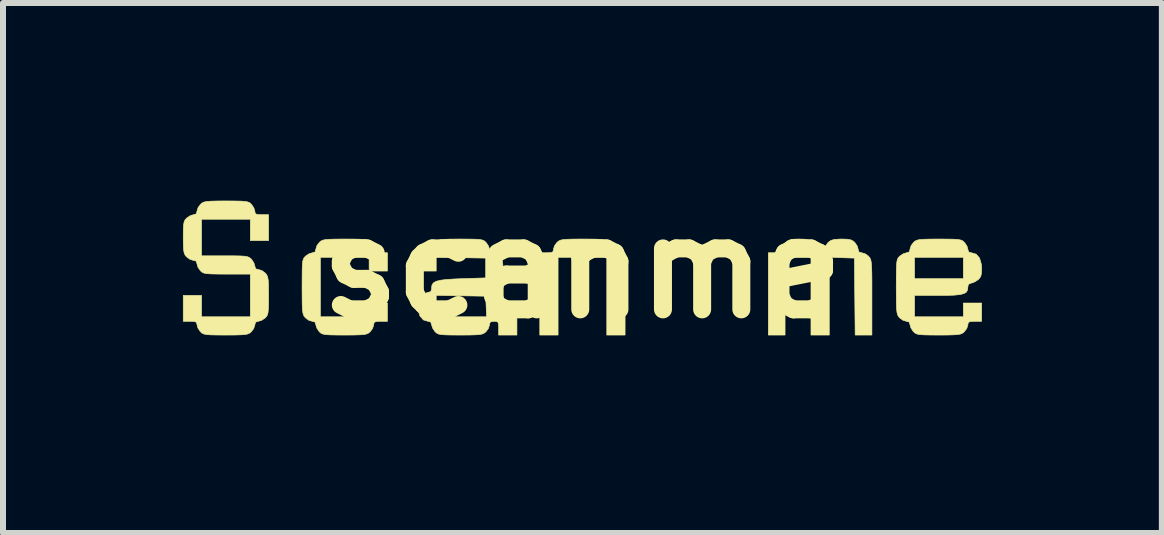
<source format=kicad_pcb>
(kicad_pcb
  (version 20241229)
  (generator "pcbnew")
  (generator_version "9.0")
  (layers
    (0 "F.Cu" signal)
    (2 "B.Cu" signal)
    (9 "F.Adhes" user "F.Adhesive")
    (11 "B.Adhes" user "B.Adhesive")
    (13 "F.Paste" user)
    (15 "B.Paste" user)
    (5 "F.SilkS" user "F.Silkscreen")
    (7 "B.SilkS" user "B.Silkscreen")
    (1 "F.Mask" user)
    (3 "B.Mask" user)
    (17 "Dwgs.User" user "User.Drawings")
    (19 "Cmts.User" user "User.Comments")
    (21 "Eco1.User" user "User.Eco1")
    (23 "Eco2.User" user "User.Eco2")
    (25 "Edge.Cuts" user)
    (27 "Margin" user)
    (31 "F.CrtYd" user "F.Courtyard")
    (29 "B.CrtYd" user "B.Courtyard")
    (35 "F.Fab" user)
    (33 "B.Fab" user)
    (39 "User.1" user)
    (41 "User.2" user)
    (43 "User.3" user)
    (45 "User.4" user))
  (footprint "scanme"
    (layer "F.Cu")
    (at 6.66 1.418)
    (property "Reference" "scanme" (at 0 0 0) (layer "F.SilkS") (effects (font (size 1.524 1.524) (thickness 0.3))))
    (attr through_hole)
    (fp_poly (pts (xy 0.148 -0.482) (xy 0.251 -0.48) (xy 0.32 -0.475) (xy 0.366 -0.466) (xy 0.396 -0.452) (xy 0.42 -0.431) (xy 0.427 -0.424) (xy 0.467 -0.365) (xy 0.483 -0.31) (xy 0.497 -0.266) (xy 0.542 -0.254) (xy 0.601 -0.236) (xy 0.656 -0.195) (xy 0.673 -0.175) (xy 0.686 -0.152) (xy 0.696 -0.119) (xy 0.703 -0.07) (xy 0.707 0.002) (xy 0.71 0.103) (xy 0.711 0.24) (xy 0.711 0.419) (xy 0.711 0.491) (xy 0.711 1.118) (xy 0.406 1.118) (xy 0.406 -0.178) (xy -0.406 -0.178) (xy -0.406 1.118) (xy -0.711 1.118) (xy -0.711 -0.254) (xy -0.597 -0.254) (xy -0.526 -0.257) (xy -0.493 -0.27) (xy -0.483 -0.3) (xy -0.483 -0.313) (xy -0.465 -0.372) (xy -0.424 -0.427) (xy -0.397 -0.449) (xy -0.366 -0.464) (xy -0.321 -0.474) (xy -0.253 -0.479) (xy -0.153 -0.482) (xy -0.012 -0.483) (xy 0.004 -0.483) (xy 0.148 -0.482)) (stroke (width 0.01) (type solid)) (fill yes) (layer "F.SilkS"))
    (fp_poly (pts (xy 4.417 -0.48) (xy 4.478 -0.468) (xy 4.521 -0.444) (xy 4.542 -0.424) (xy 4.582 -0.365) (xy 4.597 -0.31) (xy 4.611 -0.266) (xy 4.656 -0.254) (xy 4.716 -0.236) (xy 4.771 -0.195) (xy 4.788 -0.175) (xy 4.801 -0.152) (xy 4.811 -0.119) (xy 4.818 -0.07) (xy 4.822 0.002) (xy 4.825 0.103) (xy 4.826 0.24) (xy 4.826 0.419) (xy 4.826 0.491) (xy 4.826 1.118) (xy 4.547 1.118) (xy 4.534 -0.165) (xy 4.324 -0.172) (xy 4.115 -0.18) (xy 4.115 1.118) (xy 3.81 1.118) (xy 3.81 -0.178) (xy 3.378 -0.178) (xy 3.378 1.118) (xy 3.099 1.118) (xy 3.099 -0.254) (xy 3.2 -0.254) (xy 3.268 -0.259) (xy 3.297 -0.277) (xy 3.302 -0.3) (xy 3.319 -0.347) (xy 3.362 -0.403) (xy 3.373 -0.414) (xy 3.419 -0.452) (xy 3.469 -0.473) (xy 3.539 -0.481) (xy 3.61 -0.483) (xy 3.706 -0.48) (xy 3.767 -0.468) (xy 3.81 -0.444) (xy 3.831 -0.424) (xy 3.871 -0.365) (xy 3.886 -0.31) (xy 3.896 -0.269) (xy 3.937 -0.255) (xy 3.962 -0.254) (xy 4.017 -0.261) (xy 4.037 -0.29) (xy 4.039 -0.313) (xy 4.057 -0.372) (xy 4.097 -0.427) (xy 4.141 -0.459) (xy 4.198 -0.476) (xy 4.284 -0.482) (xy 4.322 -0.483) (xy 4.417 -0.48)) (stroke (width 0.01) (type solid)) (fill yes) (layer "F.SilkS"))
    (fp_poly (pts (xy -3.814 -0.482) (xy -3.712 -0.48) (xy -3.642 -0.475) (xy -3.597 -0.466) (xy -3.566 -0.452) (xy -3.542 -0.431) (xy -3.535 -0.424) (xy -3.495 -0.365) (xy -3.48 -0.31) (xy -3.474 -0.275) (xy -3.446 -0.259) (xy -3.384 -0.254) (xy -3.365 -0.254) (xy -3.251 -0.254) (xy -3.251 0.051) (xy -3.556 0.051) (xy -3.556 -0.178) (xy -4.369 -0.178) (xy -4.369 0.813) (xy -3.556 0.813) (xy -3.556 0.584) (xy -3.251 0.584) (xy -3.251 0.889) (xy -3.365 0.889) (xy -3.436 0.892) (xy -3.47 0.905) (xy -3.479 0.935) (xy -3.48 0.948) (xy -3.498 1.007) (xy -3.539 1.062) (xy -3.565 1.084) (xy -3.596 1.099) (xy -3.641 1.109) (xy -3.709 1.114) (xy -3.809 1.117) (xy -3.95 1.118) (xy -3.966 1.118) (xy -4.11 1.117) (xy -4.213 1.115) (xy -4.283 1.11) (xy -4.328 1.101) (xy -4.359 1.087) (xy -4.383 1.066) (xy -4.39 1.059) (xy -4.429 1) (xy -4.445 0.945) (xy -4.459 0.901) (xy -4.504 0.889) (xy -4.563 0.871) (xy -4.618 0.83) (xy -4.638 0.807) (xy -4.652 0.779) (xy -4.662 0.739) (xy -4.669 0.68) (xy -4.672 0.593) (xy -4.673 0.471) (xy -4.674 0.314) (xy -4.673 0.151) (xy -4.672 0.031) (xy -4.669 -0.054) (xy -4.663 -0.111) (xy -4.653 -0.149) (xy -4.638 -0.174) (xy -4.618 -0.196) (xy -4.615 -0.199) (xy -4.556 -0.238) (xy -4.501 -0.254) (xy -4.457 -0.268) (xy -4.445 -0.313) (xy -4.427 -0.372) (xy -4.386 -0.427) (xy -4.36 -0.449) (xy -4.329 -0.464) (xy -4.283 -0.474) (xy -4.215 -0.479) (xy -4.115 -0.482) (xy -3.974 -0.483) (xy -3.959 -0.483) (xy -3.814 -0.482)) (stroke (width 0.01) (type solid)) (fill yes) (layer "F.SilkS"))
    (fp_poly (pts (xy 6.092 -0.482) (xy 6.194 -0.48) (xy 6.264 -0.475) (xy 6.309 -0.466) (xy 6.34 -0.452) (xy 6.364 -0.431) (xy 6.371 -0.424) (xy 6.411 -0.365) (xy 6.426 -0.31) (xy 6.44 -0.266) (xy 6.485 -0.254) (xy 6.564 -0.231) (xy 6.62 -0.167) (xy 6.65 -0.065) (xy 6.655 0.006) (xy 6.652 0.093) (xy 6.638 0.147) (xy 6.607 0.186) (xy 6.588 0.201) (xy 6.527 0.238) (xy 6.475 0.254) (xy 6.474 0.254) (xy 6.435 0.272) (xy 6.426 0.314) (xy 6.421 0.364) (xy 6.402 0.401) (xy 6.361 0.426) (xy 6.294 0.443) (xy 6.193 0.453) (xy 6.051 0.457) (xy 5.935 0.457) (xy 5.537 0.457) (xy 5.537 0.813) (xy 6.35 0.813) (xy 6.35 0.584) (xy 6.655 0.584) (xy 6.655 0.889) (xy 6.54 0.889) (xy 6.47 0.892) (xy 6.436 0.905) (xy 6.427 0.935) (xy 6.426 0.948) (xy 6.408 1.007) (xy 6.367 1.062) (xy 6.341 1.084) (xy 6.31 1.099) (xy 6.265 1.109) (xy 6.197 1.114) (xy 6.097 1.117) (xy 5.956 1.118) (xy 5.94 1.118) (xy 5.796 1.117) (xy 5.693 1.115) (xy 5.623 1.11) (xy 5.578 1.101) (xy 5.547 1.087) (xy 5.523 1.066) (xy 5.516 1.059) (xy 5.477 1) (xy 5.461 0.945) (xy 5.447 0.901) (xy 5.402 0.889) (xy 5.343 0.871) (xy 5.288 0.83) (xy 5.268 0.807) (xy 5.254 0.779) (xy 5.244 0.739) (xy 5.237 0.68) (xy 5.234 0.593) (xy 5.233 0.471) (xy 5.232 0.314) (xy 5.233 0.151) (xy 5.234 0.031) (xy 5.237 -0.054) (xy 5.243 -0.111) (xy 5.253 -0.149) (xy 5.268 -0.174) (xy 5.271 -0.178) (xy 5.537 -0.178) (xy 5.537 0.178) (xy 6.35 0.178) (xy 6.35 -0.178) (xy 5.537 -0.178) (xy 5.271 -0.178) (xy 5.288 -0.196) (xy 5.291 -0.199) (xy 5.35 -0.238) (xy 5.405 -0.254) (xy 5.449 -0.268) (xy 5.461 -0.313) (xy 5.479 -0.372) (xy 5.52 -0.427) (xy 5.546 -0.449) (xy 5.577 -0.464) (xy 5.623 -0.474) (xy 5.691 -0.479) (xy 5.791 -0.482) (xy 5.932 -0.483) (xy 5.947 -0.483) (xy 6.092 -0.482)) (stroke (width 0.01) (type solid)) (fill yes) (layer "F.SilkS"))
    (fp_poly (pts (xy -1.884 -0.482) (xy -1.781 -0.48) (xy -1.712 -0.475) (xy -1.666 -0.466) (xy -1.636 -0.452) (xy -1.612 -0.431) (xy -1.605 -0.424) (xy -1.565 -0.365) (xy -1.549 -0.31) (xy -1.535 -0.266) (xy -1.49 -0.254) (xy -1.431 -0.236) (xy -1.376 -0.195) (xy -1.357 -0.172) (xy -1.342 -0.145) (xy -1.333 -0.106) (xy -1.326 -0.048) (xy -1.323 0.037) (xy -1.321 0.157) (xy -1.321 0.319) (xy -1.321 0.338) (xy -1.321 0.813) (xy -1.092 0.813) (xy -1.092 1.118) (xy -1.397 1.118) (xy -1.397 1.003) (xy -1.399 0.933) (xy -1.412 0.9) (xy -1.444 0.89) (xy -1.473 0.889) (xy -1.528 0.896) (xy -1.548 0.925) (xy -1.549 0.948) (xy -1.567 1.007) (xy -1.608 1.062) (xy -1.635 1.084) (xy -1.666 1.099) (xy -1.711 1.109) (xy -1.779 1.114) (xy -1.879 1.117) (xy -2.02 1.118) (xy -2.036 1.118) (xy -2.18 1.117) (xy -2.283 1.115) (xy -2.352 1.11) (xy -2.398 1.101) (xy -2.428 1.087) (xy -2.452 1.066) (xy -2.459 1.059) (xy -2.499 1) (xy -2.515 0.945) (xy -2.529 0.901) (xy -2.574 0.889) (xy -2.651 0.866) (xy -2.698 0.813) (xy -2.438 0.813) (xy -1.598 0.813) (xy -1.605 0.641) (xy -1.613 0.47) (xy -2.026 0.463) (xy -2.438 0.456) (xy -2.438 0.813) (xy -2.698 0.813) (xy -2.708 0.802) (xy -2.739 0.705) (xy -2.743 0.644) (xy -2.737 0.555) (xy -2.714 0.496) (xy -2.684 0.462) (xy -2.625 0.422) (xy -2.57 0.406) (xy -2.529 0.395) (xy -2.515 0.352) (xy -2.515 0.336) (xy -2.509 0.287) (xy -2.487 0.25) (xy -2.443 0.223) (xy -2.37 0.204) (xy -2.263 0.191) (xy -2.115 0.182) (xy -2.007 0.178) (xy -1.613 0.165) (xy -1.613 -0.165) (xy -2.026 -0.172) (xy -2.438 -0.179) (xy -2.438 0.051) (xy -2.743 0.051) (xy -2.743 -0.254) (xy -2.629 -0.254) (xy -2.558 -0.257) (xy -2.525 -0.27) (xy -2.515 -0.3) (xy -2.515 -0.313) (xy -2.497 -0.372) (xy -2.456 -0.427) (xy -2.429 -0.449) (xy -2.398 -0.464) (xy -2.353 -0.474) (xy -2.285 -0.479) (xy -2.185 -0.482) (xy -2.044 -0.483) (xy -2.028 -0.483) (xy -1.884 -0.482)) (stroke (width 0.01) (type solid)) (fill yes) (layer "F.SilkS"))
    (fp_poly (pts (xy -5.796 -1.117) (xy -5.693 -1.115) (xy -5.623 -1.11) (xy -5.578 -1.101) (xy -5.547 -1.087) (xy -5.523 -1.066) (xy -5.516 -1.059) (xy -5.477 -1) (xy -5.461 -0.945) (xy -5.455 -0.91) (xy -5.427 -0.894) (xy -5.365 -0.889) (xy -5.347 -0.889) (xy -5.232 -0.889) (xy -5.232 -0.457) (xy -5.537 -0.457) (xy -5.537 -0.813) (xy -6.35 -0.813) (xy -6.35 -0.203) (xy -5.961 -0.203) (xy -5.812 -0.203) (xy -5.705 -0.201) (xy -5.632 -0.197) (xy -5.584 -0.188) (xy -5.552 -0.175) (xy -5.528 -0.156) (xy -5.516 -0.144) (xy -5.477 -0.085) (xy -5.461 -0.03) (xy -5.447 0.014) (xy -5.402 0.025) (xy -5.343 0.043) (xy -5.288 0.084) (xy -5.264 0.113) (xy -5.249 0.147) (xy -5.239 0.197) (xy -5.234 0.272) (xy -5.233 0.383) (xy -5.232 0.461) (xy -5.233 0.594) (xy -5.236 0.686) (xy -5.242 0.747) (xy -5.254 0.787) (xy -5.273 0.815) (xy -5.291 0.834) (xy -5.35 0.873) (xy -5.405 0.889) (xy -5.449 0.903) (xy -5.461 0.948) (xy -5.479 1.007) (xy -5.52 1.062) (xy -5.546 1.084) (xy -5.577 1.099) (xy -5.623 1.109) (xy -5.691 1.114) (xy -5.791 1.117) (xy -5.932 1.118) (xy -5.947 1.118) (xy -6.092 1.117) (xy -6.194 1.115) (xy -6.264 1.11) (xy -6.309 1.101) (xy -6.34 1.087) (xy -6.364 1.066) (xy -6.371 1.059) (xy -6.411 1) (xy -6.426 0.945) (xy -6.432 0.91) (xy -6.46 0.894) (xy -6.522 0.889) (xy -6.54 0.889) (xy -6.655 0.889) (xy -6.655 0.457) (xy -6.35 0.457) (xy -6.35 0.813) (xy -5.537 0.813) (xy -5.537 0.102) (xy -5.926 0.102) (xy -6.075 0.101) (xy -6.182 0.099) (xy -6.255 0.095) (xy -6.303 0.087) (xy -6.335 0.074) (xy -6.359 0.055) (xy -6.371 0.043) (xy -6.411 -0.016) (xy -6.426 -0.071) (xy -6.44 -0.115) (xy -6.485 -0.127) (xy -6.544 -0.145) (xy -6.6 -0.186) (xy -6.625 -0.217) (xy -6.641 -0.256) (xy -6.65 -0.312) (xy -6.654 -0.397) (xy -6.655 -0.512) (xy -6.654 -0.633) (xy -6.65 -0.714) (xy -6.641 -0.766) (xy -6.625 -0.802) (xy -6.6 -0.83) (xy -6.596 -0.834) (xy -6.537 -0.873) (xy -6.482 -0.889) (xy -6.438 -0.903) (xy -6.426 -0.948) (xy -6.408 -1.007) (xy -6.367 -1.062) (xy -6.341 -1.084) (xy -6.31 -1.099) (xy -6.265 -1.109) (xy -6.197 -1.114) (xy -6.097 -1.117) (xy -5.956 -1.118) (xy -5.94 -1.118) (xy -5.796 -1.117)) (stroke (width 0.01) (type solid)) (fill yes) (layer "F.SilkS")))
  (gr_rect
    (start -3 -3)
    (end 16.32 5.836)
    (stroke (width 0.1) (type default))
    (fill no)
    (layer "Edge.Cuts")))
</source>
